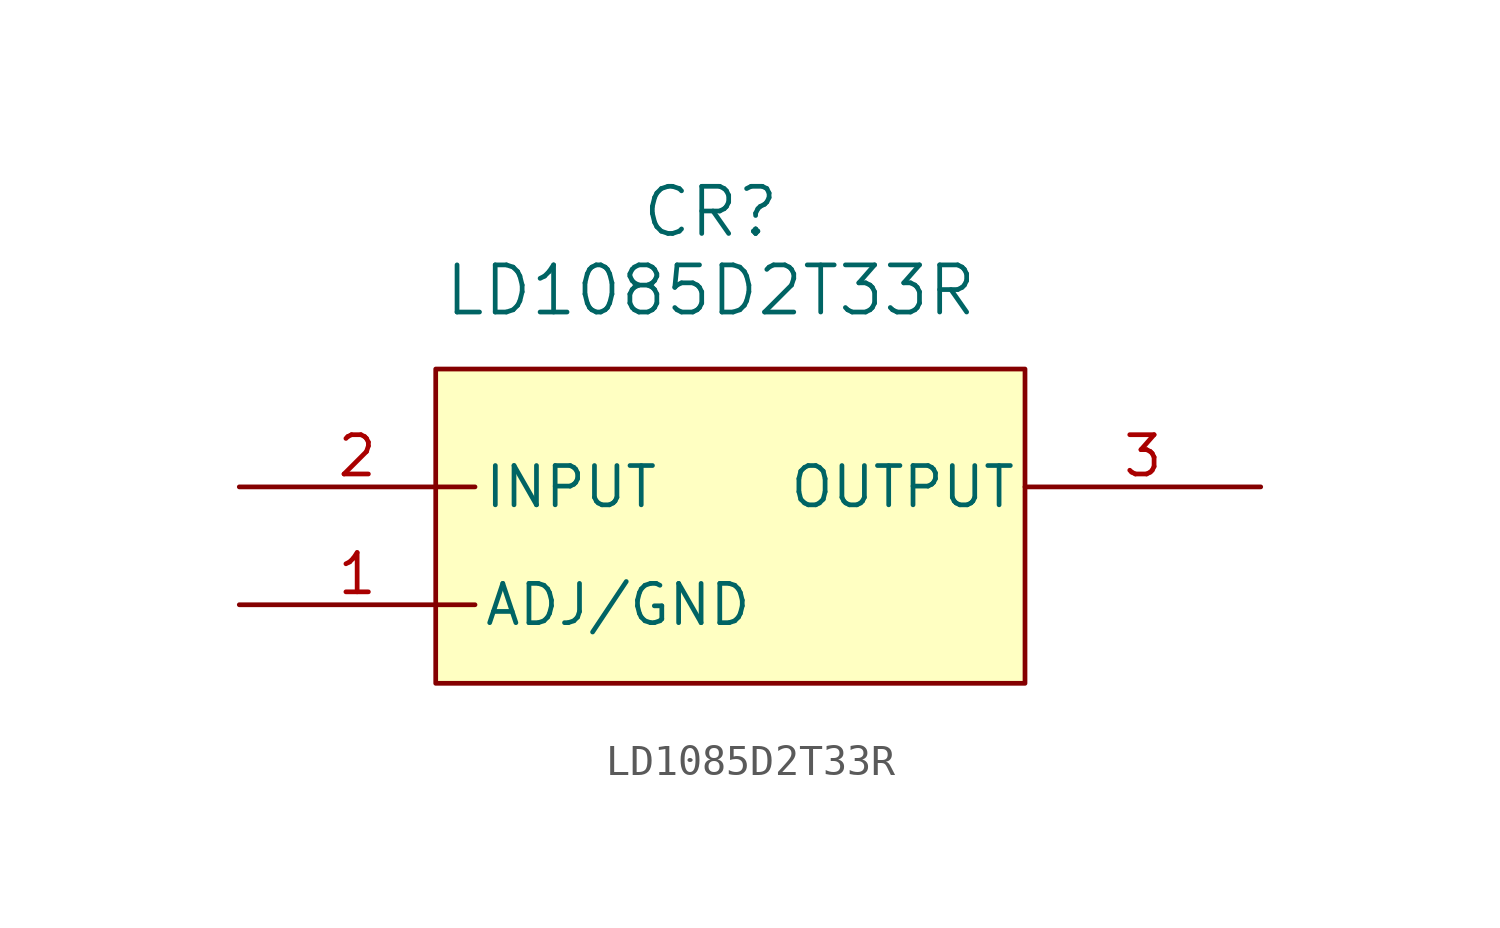
<source format=kicad_sym>
(kicad_symbol_lib
  (version 20220914)
  (generator kicad_symbol_editor)
  (symbol "LD1085D2T33R"
    (pin_names
      (offset 0.254))
    (property "Reference" "CR"
      (at 25.4 10.16 0)
      (effects (font (size 1.524 1.524))))
    (property "Value" "LD1085D2T33R"
      (at 25.4 7.62 0)
      (effects (font (size 1.524 1.524))))
    (symbol "LD1085D2T33R_0_1"
      (pin power_out line (at 10.16 -2.54 0) (length 7.62) (name "ADJ/GND" (effects (font (size 1.27 1.27)))) (number "1" (effects (font (size 1.27 1.27)))))
      (pin input line (at 10.16 1.27 0) (length 7.62) (name "INPUT" (effects (font (size 1.27 1.27)))) (number "2" (effects (font (size 1.27 1.27)))))
      (pin output line (at 43.18 1.27 180) (length 7.62) (name "OUTPUT" (effects (font (size 1.27 1.27)))) (number "3" (effects (font (size 1.27 1.27))))))
    (symbol "LD1085D2T33R_1_1"
      (rectangle (start 16.51 5.08) (end 35.56 -5.08) (stroke (width 0) (type default)) (fill (type background))))))
</source>
